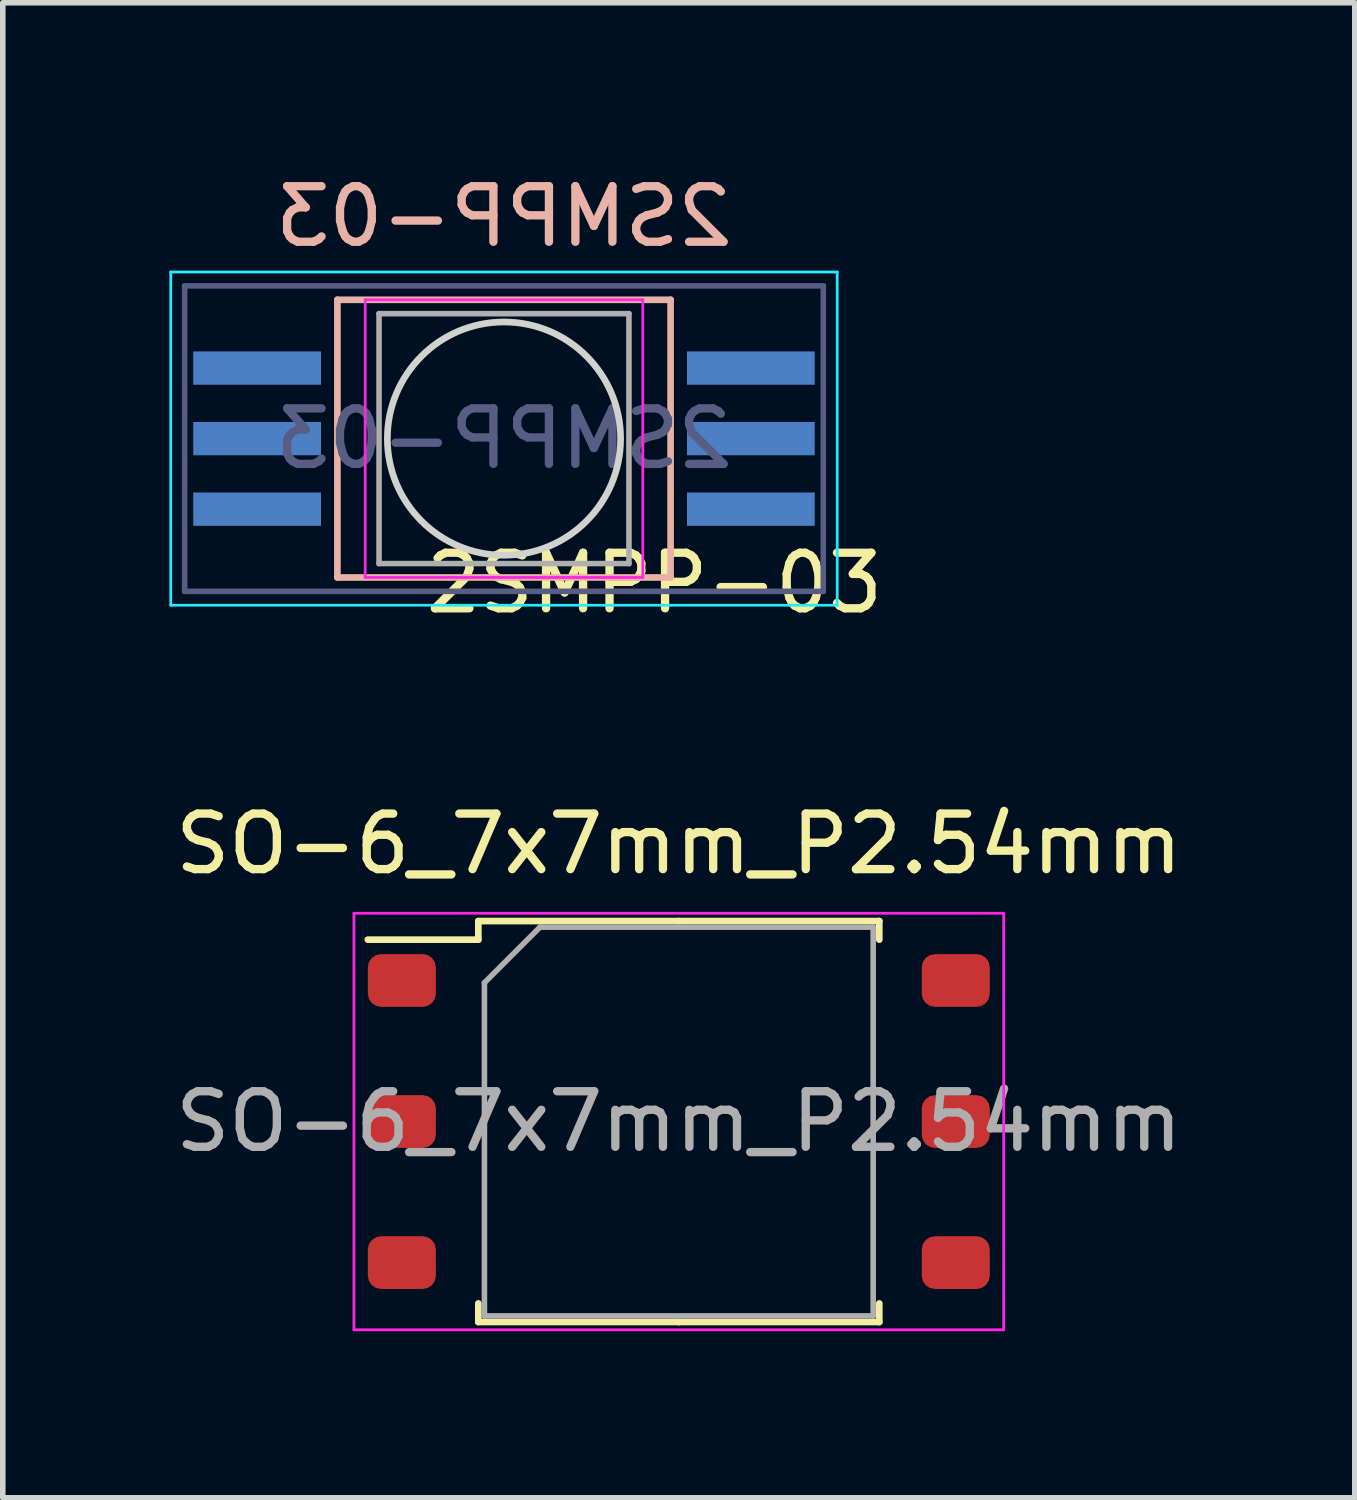
<source format=kicad_pcb>
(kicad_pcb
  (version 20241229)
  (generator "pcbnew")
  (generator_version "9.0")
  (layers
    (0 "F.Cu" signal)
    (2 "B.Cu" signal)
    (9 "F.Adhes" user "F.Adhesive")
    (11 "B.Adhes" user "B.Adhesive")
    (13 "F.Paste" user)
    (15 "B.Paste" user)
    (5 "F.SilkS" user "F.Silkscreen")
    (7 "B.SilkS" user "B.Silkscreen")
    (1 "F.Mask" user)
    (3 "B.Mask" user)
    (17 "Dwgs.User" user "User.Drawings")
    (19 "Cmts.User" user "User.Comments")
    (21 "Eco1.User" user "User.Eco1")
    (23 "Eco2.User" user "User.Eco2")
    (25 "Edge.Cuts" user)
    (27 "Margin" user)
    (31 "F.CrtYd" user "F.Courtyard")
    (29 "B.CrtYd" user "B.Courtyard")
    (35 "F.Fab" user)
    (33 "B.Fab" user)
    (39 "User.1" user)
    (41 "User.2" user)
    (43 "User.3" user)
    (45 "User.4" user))
  (footprint "SO-6_7x7mm_P2.54mm"
    (layer "F.Cu")
    (at 9.173 17.145)
    (property "Reference" "SO-6_7x7mm_P2.54mm" (at 0 -5 0) (layer "F.SilkS") (effects (font (size 1 1) (thickness 0.15))))
    (attr smd)
    (fp_line (start -3.61 -3.61) (end -3.61 -3.275) (stroke (width 0.12) (type solid)) (layer "F.SilkS"))
    (fp_line (start -3.61 -3.275) (end -5.6 -3.275) (stroke (width 0.12) (type solid)) (layer "F.SilkS"))
    (fp_line (start -3.61 3.61) (end -3.61 3.275) (stroke (width 0.12) (type solid)) (layer "F.SilkS"))
    (fp_line (start 0 -3.61) (end -3.61 -3.61) (stroke (width 0.12) (type solid)) (layer "F.SilkS"))
    (fp_line (start 0 -3.61) (end 3.61 -3.61) (stroke (width 0.12) (type solid)) (layer "F.SilkS"))
    (fp_line (start 0 3.61) (end -3.61 3.61) (stroke (width 0.12) (type solid)) (layer "F.SilkS"))
    (fp_line (start 0 3.61) (end 3.61 3.61) (stroke (width 0.12) (type solid)) (layer "F.SilkS"))
    (fp_line (start 3.61 -3.61) (end 3.61 -3.275) (stroke (width 0.12) (type solid)) (layer "F.SilkS"))
    (fp_line (start 3.61 3.61) (end 3.61 3.275) (stroke (width 0.12) (type solid)) (layer "F.SilkS"))
    (fp_line (start -5.85 -3.75) (end -5.85 3.75) (stroke (width 0.05) (type solid)) (layer "F.CrtYd"))
    (fp_line (start -5.85 3.75) (end 5.85 3.75) (stroke (width 0.05) (type solid)) (layer "F.CrtYd"))
    (fp_line (start 5.85 -3.75) (end -5.85 -3.75) (stroke (width 0.05) (type solid)) (layer "F.CrtYd"))
    (fp_line (start 5.85 3.75) (end 5.85 -3.75) (stroke (width 0.05) (type solid)) (layer "F.CrtYd"))
    (fp_line (start -3.5 -2.5) (end -2.5 -3.5) (stroke (width 0.1) (type solid)) (layer "F.Fab"))
    (fp_line (start -3.5 3.5) (end -3.5 -2.5) (stroke (width 0.1) (type solid)) (layer "F.Fab"))
    (fp_line (start -2.5 -3.5) (end 3.5 -3.5) (stroke (width 0.1) (type solid)) (layer "F.Fab"))
    (fp_line (start 3.5 -3.5) (end 3.5 3.5) (stroke (width 0.1) (type solid)) (layer "F.Fab"))
    (fp_line (start 3.5 3.5) (end -3.5 3.5) (stroke (width 0.1) (type solid)) (layer "F.Fab"))
    (fp_text user "${REFERENCE}" (at 0 0 0) (layer "F.Fab") (effects (font (size 1 1) (thickness 0.15))))
    (pad "1" smd roundrect (at 4.987 -2.54) (size 1.225 0.95) (layers "F.Cu" "F.Mask" "F.Paste") (roundrect_rratio 0.25))
    (pad "2" smd roundrect (at 4.987 0) (size 1.225 0.95) (layers "F.Cu" "F.Mask" "F.Paste") (roundrect_rratio 0.25))
    (pad "3" smd roundrect (at 4.987 2.54) (size 1.225 0.95) (layers "F.Cu" "F.Mask" "F.Paste") (roundrect_rratio 0.25))
    (pad "4" smd roundrect (at -4.987 2.54) (size 1.225 0.95) (layers "F.Cu" "F.Mask" "F.Paste") (roundrect_rratio 0.25))
    (pad "5" smd roundrect (at -4.987 0) (size 1.225 0.95) (layers "F.Cu" "F.Mask" "F.Paste") (roundrect_rratio 0.25))
    (pad "6" smd roundrect (at -4.987 -2.54) (size 1.225 0.95) (layers "F.Cu" "F.Mask" "F.Paste") (roundrect_rratio 0.25)))
  (footprint "2SMPP-03"
    (layer "F.Cu")
    (at 6.025 4.848)
    (property "Reference" "2SMPP-03" (at 2.71 2.6 0) (layer "F.SilkS") (effects (font (size 1 1) (thickness 0.15))))
    (attr through_hole)
    (fp_line (start -3 -2.5) (end 3 -2.5) (stroke (width 0.12) (type default)) (layer "B.SilkS"))
    (fp_line (start -3 2.5) (end -3 -2.5) (stroke (width 0.12) (type default)) (layer "B.SilkS"))
    (fp_line (start 3 -2.5) (end 3 2.5) (stroke (width 0.12) (type default)) (layer "B.SilkS"))
    (fp_line (start 3 2.5) (end -3 2.5) (stroke (width 0.12) (type default)) (layer "B.SilkS"))
    (fp_circle (center 0 0) (end -2.1 0) (stroke (width 0.12) (type default)) (fill no) (layer "Edge.Cuts"))
    (fp_line (start -6 -3) (end 6 -3) (stroke (width 0.05) (type default)) (layer "B.CrtYd"))
    (fp_line (start -6 3) (end -6 -3) (stroke (width 0.05) (type default)) (layer "B.CrtYd"))
    (fp_line (start 6 -3) (end 6 3) (stroke (width 0.05) (type default)) (layer "B.CrtYd"))
    (fp_line (start 6 3) (end -6 3) (stroke (width 0.05) (type default)) (layer "B.CrtYd"))
    (fp_line (start -2.5 -2.5) (end -2.5 2.5) (stroke (width 0.05) (type default)) (layer "F.CrtYd"))
    (fp_line (start -2.5 2.5) (end 2.5 2.5) (stroke (width 0.05) (type default)) (layer "F.CrtYd"))
    (fp_line (start 2.5 -2.5) (end -2.5 -2.5) (stroke (width 0.05) (type default)) (layer "F.CrtYd"))
    (fp_line (start 2.5 2.5) (end 2.5 -2.5) (stroke (width 0.05) (type default)) (layer "F.CrtYd"))
    (fp_line (start -5.75 -2.75) (end 5.75 -2.75) (stroke (width 0.1) (type default)) (layer "B.Fab"))
    (fp_line (start -5.75 2.75) (end -5.75 -2.75) (stroke (width 0.1) (type default)) (layer "B.Fab"))
    (fp_line (start 5.75 -2.75) (end 5.75 2.75) (stroke (width 0.1) (type default)) (layer "B.Fab"))
    (fp_line (start 5.75 2.75) (end -5.75 2.75) (stroke (width 0.1) (type default)) (layer "B.Fab"))
    (fp_line (start -2.25 -2.25) (end 2.25 -2.25) (stroke (width 0.1) (type default)) (layer "F.Fab"))
    (fp_line (start -2.25 2.25) (end -2.25 -2.25) (stroke (width 0.1) (type default)) (layer "F.Fab"))
    (fp_line (start 2.25 -2.25) (end 2.25 2.25) (stroke (width 0.1) (type default)) (layer "F.Fab"))
    (fp_line (start 2.25 2.25) (end -2.25 2.25) (stroke (width 0.1) (type default)) (layer "F.Fab"))
    (fp_text user "${REFERENCE}" (at 0 -4 0) (layer "B.SilkS") (effects (font (size 1 1) (thickness 0.15)) (justify mirror)))
    (fp_text user "${REFERENCE}" (at 0 0 0) (layer "B.Fab") (effects (font (size 1 1) (thickness 0.15)) (justify mirror)))
    (pad "1" smd rect (at 4.445 -1.27) (size 2.3 0.6) (layers "B.Cu" "B.Mask" "B.Paste"))
    (pad "2" smd rect (at 4.445 0) (size 2.3 0.6) (layers "B.Cu" "B.Mask" "B.Paste"))
    (pad "3" smd rect (at 4.445 1.27) (size 2.3 0.6) (layers "B.Cu" "B.Mask" "B.Paste"))
    (pad "4" smd rect (at -4.445 1.27) (size 2.3 0.6) (layers "B.Cu" "B.Mask" "B.Paste"))
    (pad "5" smd rect (at -4.445 0) (size 2.3 0.6) (layers "B.Cu" "B.Mask" "B.Paste"))
    (pad "6" smd rect (at -4.445 -1.27) (size 2.3 0.6) (layers "B.Cu" "B.Mask" "B.Paste")))
  (gr_rect
    (start -3 -3)
    (end 21.345 23.92)
    (stroke (width 0.1) (type default))
    (fill no)
    (layer "Edge.Cuts")))
</source>
